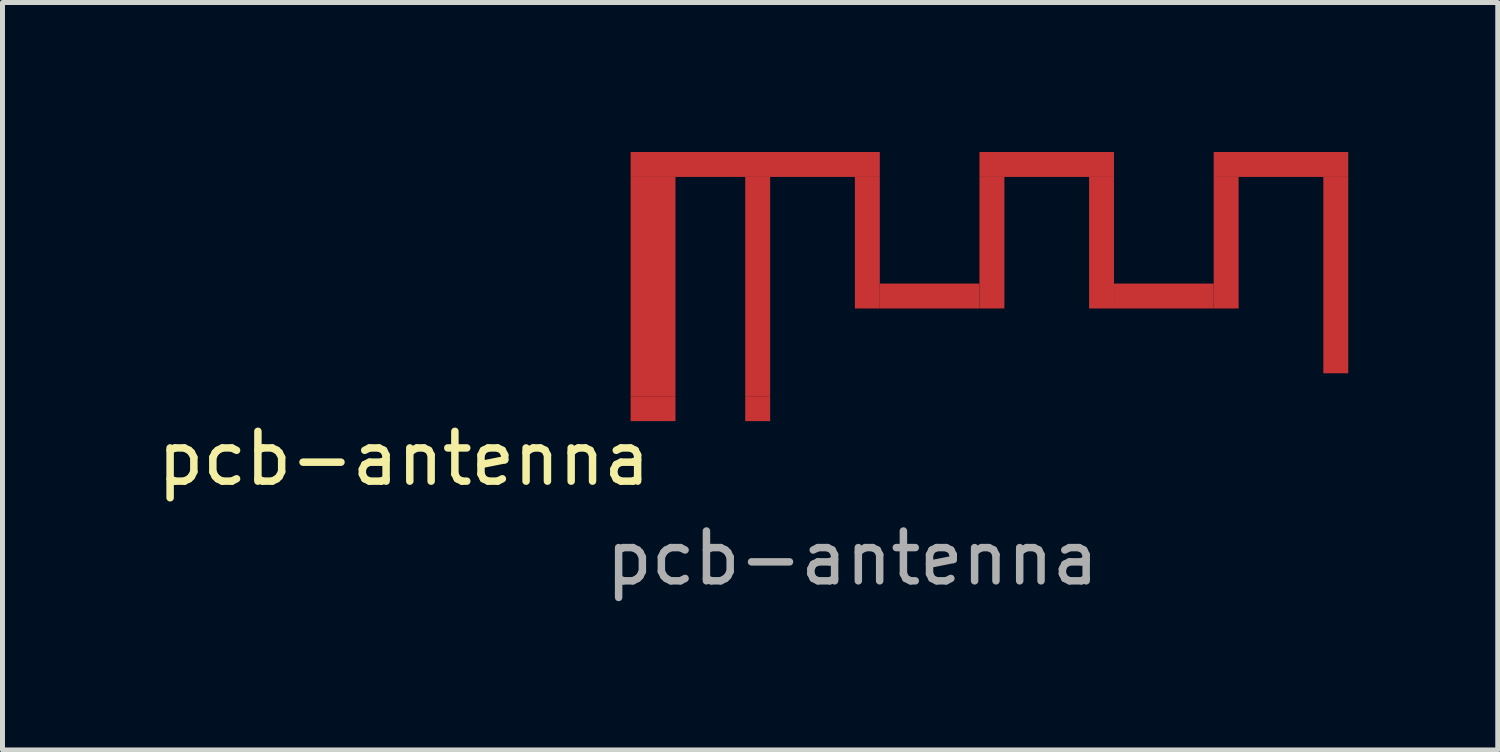
<source format=kicad_pcb>
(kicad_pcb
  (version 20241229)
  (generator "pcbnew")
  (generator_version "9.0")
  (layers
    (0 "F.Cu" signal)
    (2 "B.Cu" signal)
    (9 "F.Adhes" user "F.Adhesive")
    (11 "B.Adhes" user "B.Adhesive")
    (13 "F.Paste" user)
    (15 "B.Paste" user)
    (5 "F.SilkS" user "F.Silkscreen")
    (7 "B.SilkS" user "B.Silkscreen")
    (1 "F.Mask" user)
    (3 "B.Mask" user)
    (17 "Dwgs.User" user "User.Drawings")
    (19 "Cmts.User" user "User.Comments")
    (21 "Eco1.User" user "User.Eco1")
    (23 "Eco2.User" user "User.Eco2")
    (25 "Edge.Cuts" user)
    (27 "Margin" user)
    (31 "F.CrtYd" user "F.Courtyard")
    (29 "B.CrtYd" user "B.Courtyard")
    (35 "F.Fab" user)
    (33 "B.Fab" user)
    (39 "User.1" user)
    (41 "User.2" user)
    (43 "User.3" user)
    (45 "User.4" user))
  (footprint "pcb-antenna"
    (layer "F.Cu")
    (at 10.054 5.15)
    (property "Reference" "pcb-antenna" (at -5 1 0) (unlocked yes) (layer "F.SilkS") (effects (font (size 1 1) (thickness 0.15))))
    (fp_rect (start -0.45 -5.15) (end 4.55 -4.65) (stroke (width 0) (type solid)) (fill yes) (layer "F.Cu"))
    (fp_rect (start -0.45 -0.25) (end 0.45 -4.65) (stroke (width 0) (type solid)) (fill yes) (layer "F.Cu"))
    (fp_rect (start 1.85 -0.25) (end 2.35 -4.65) (stroke (width 0) (type solid)) (fill yes) (layer "F.Cu"))
    (fp_rect (start 4.55 -4.65) (end 4.05 -2.01) (stroke (width 0) (type solid)) (fill yes) (layer "F.Cu"))
    (fp_rect (start 4.55 -2.01) (end 6.55 -2.51) (stroke (width 0) (type solid)) (fill yes) (layer "F.Cu"))
    (fp_rect (start 6.55 -4.65) (end 9.25 -5.15) (stroke (width 0) (type solid)) (fill yes) (layer "F.Cu"))
    (fp_rect (start 6.55 -2.01) (end 7.05 -4.65) (stroke (width 0) (type solid)) (fill yes) (layer "F.Cu"))
    (fp_rect (start 9.25 -4.65) (end 8.75 -2.01) (stroke (width 0) (type solid)) (fill yes) (layer "F.Cu"))
    (fp_rect (start 9.25 -2.01) (end 11.25 -2.51) (stroke (width 0) (type solid)) (fill yes) (layer "F.Cu"))
    (fp_rect (start 11.25 -4.65) (end 13.95 -5.15) (stroke (width 0) (type solid)) (fill yes) (layer "F.Cu"))
    (fp_rect (start 11.25 -2.01) (end 11.75 -4.65) (stroke (width 0) (type solid)) (fill yes) (layer "F.Cu"))
    (fp_rect (start 13.95 -4.65) (end 13.45 -0.71) (stroke (width 0) (type solid)) (fill yes) (layer "F.Cu"))
    (fp_text user "${REFERENCE}" (at 4 3 0) (unlocked yes) (layer "F.Fab") (effects (font (size 1 1) (thickness 0.15))))
    (pad "1" smd rect (at 2.1 0) (size 0.5 0.5) (layers "F.Cu" "F.Mask" "F.Paste"))
    (pad "2" smd rect (at 0 0) (size 0.9 0.5) (layers "F.Cu" "F.Mask" "F.Paste")))
  (gr_rect
    (start -3 -3)
    (end 27.004 11.998)
    (stroke (width 0.1) (type default))
    (fill no)
    (layer "Edge.Cuts")))
</source>
